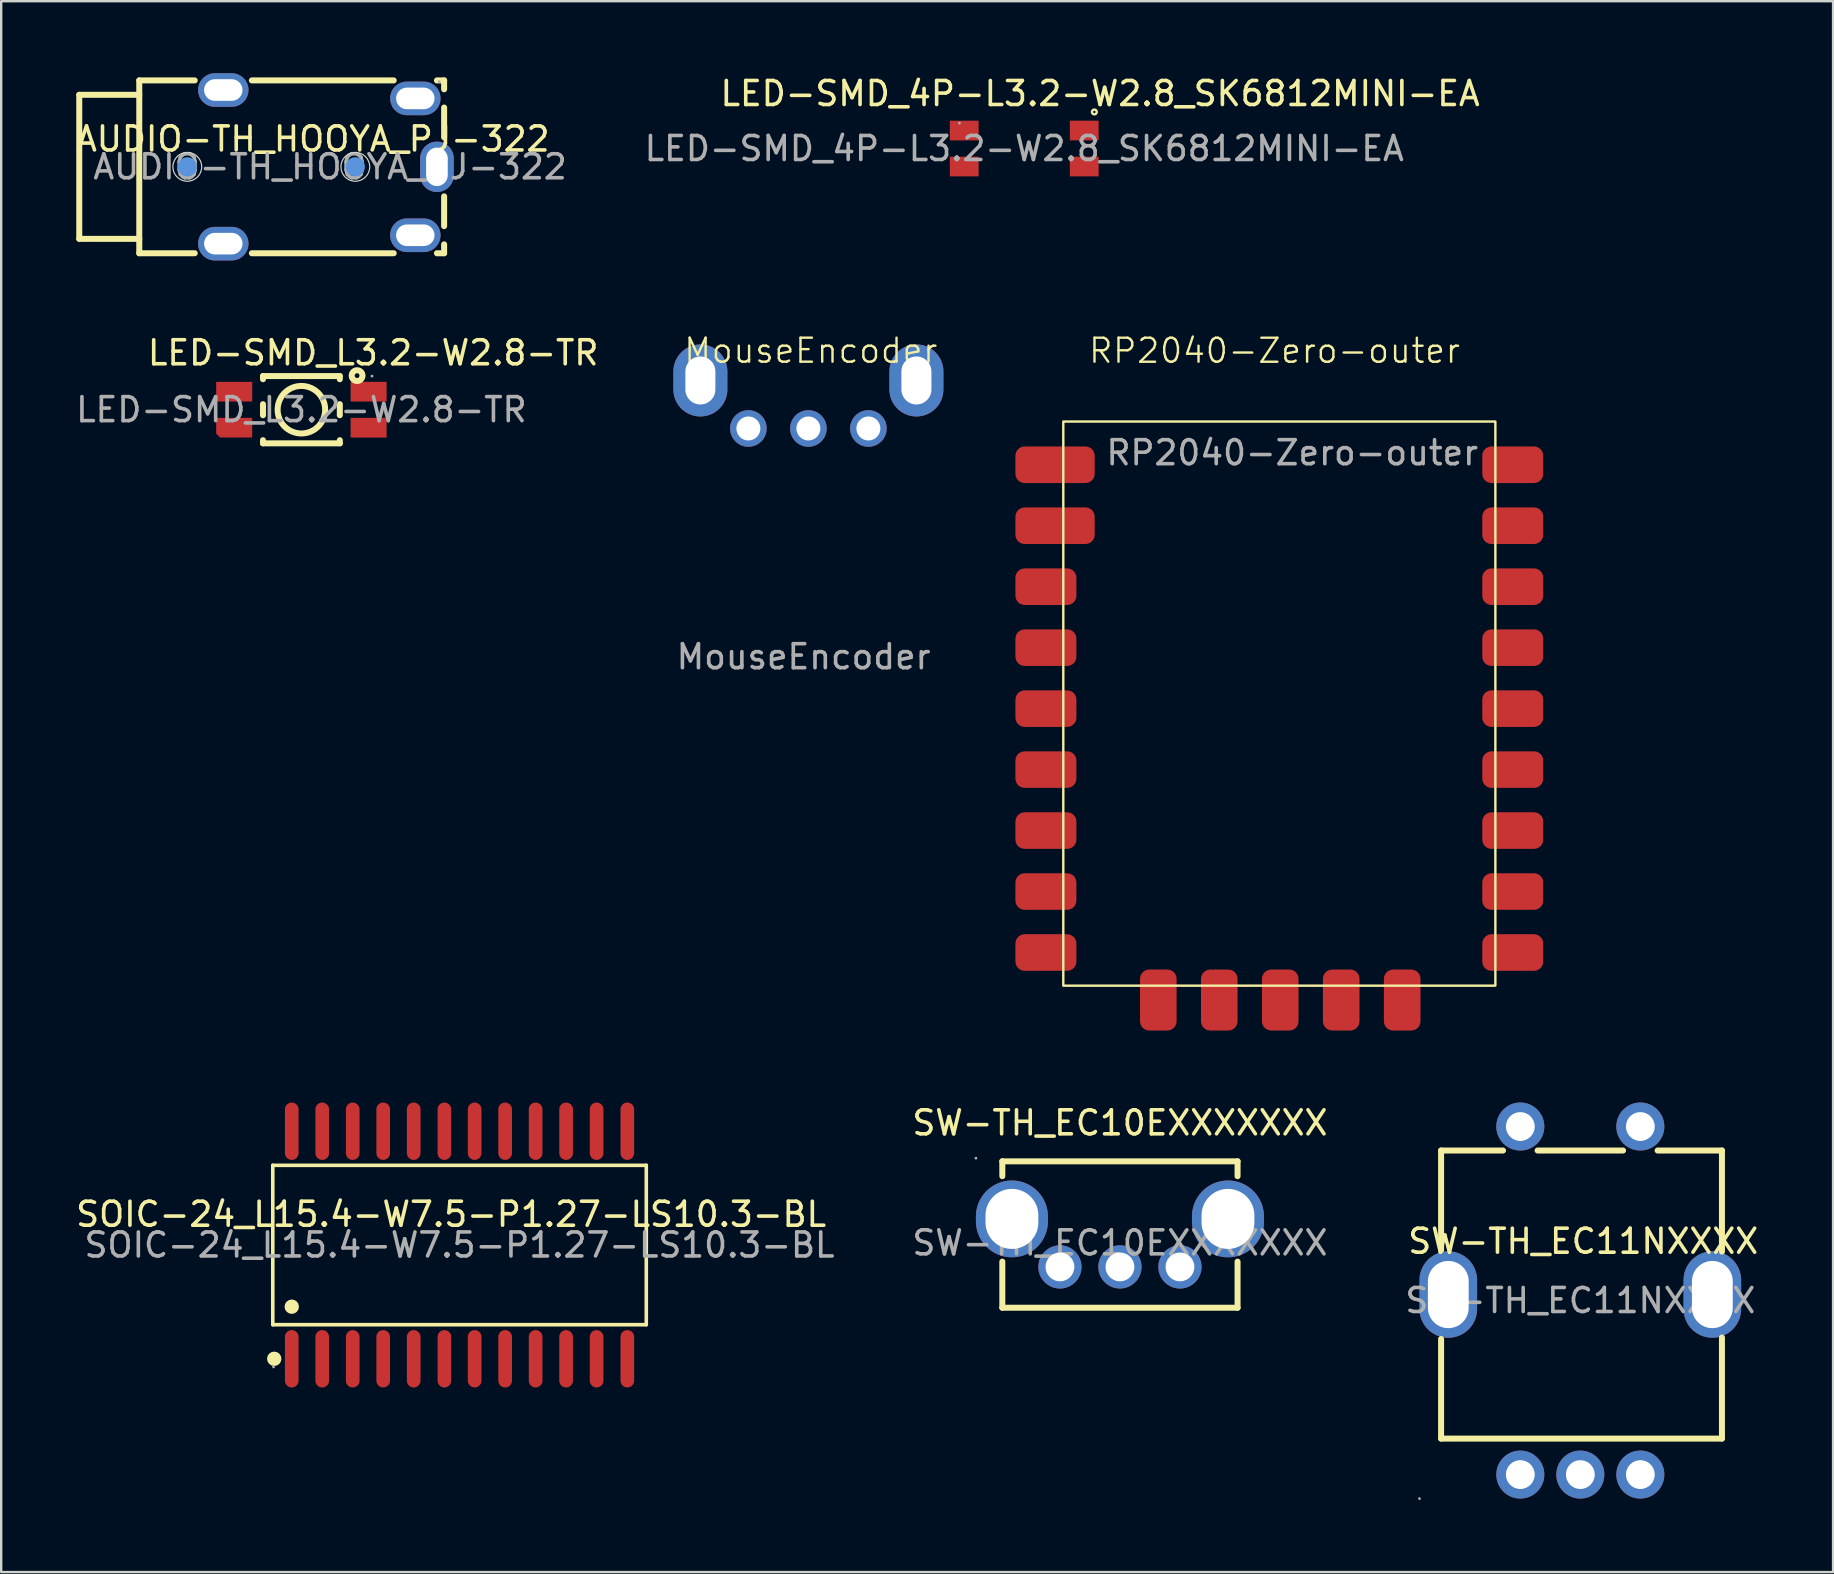
<source format=kicad_pcb>
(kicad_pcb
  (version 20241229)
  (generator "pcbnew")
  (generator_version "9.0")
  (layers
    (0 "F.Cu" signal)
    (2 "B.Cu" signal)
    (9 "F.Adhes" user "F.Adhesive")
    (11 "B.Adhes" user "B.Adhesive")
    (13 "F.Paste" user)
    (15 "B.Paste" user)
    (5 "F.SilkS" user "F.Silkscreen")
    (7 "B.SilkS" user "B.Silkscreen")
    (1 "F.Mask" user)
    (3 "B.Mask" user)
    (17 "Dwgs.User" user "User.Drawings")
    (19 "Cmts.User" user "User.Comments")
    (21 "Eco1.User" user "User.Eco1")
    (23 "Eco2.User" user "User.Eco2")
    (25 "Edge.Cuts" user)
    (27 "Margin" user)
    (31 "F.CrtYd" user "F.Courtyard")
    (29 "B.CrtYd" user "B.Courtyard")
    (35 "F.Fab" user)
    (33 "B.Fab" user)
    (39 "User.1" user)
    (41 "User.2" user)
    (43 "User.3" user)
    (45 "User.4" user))
  (footprint "SW-TH_EC11NXXXX"
    (layer "F.Cu")
    (at 62.885 50.88)
    (property "Reference" "SW-TH_EC11NXXXX" (at 0.02 -2.22 0) (layer "F.SilkS") (effects (font (size 1 1) (thickness 0.15))))
    (attr through_hole)
    (fp_line (start -5.9 -1.85) (end -5.9 -6) (stroke (width 0.25) (type solid)) (layer "F.SilkS"))
    (fp_line (start -5.9 6) (end -5.9 1.85) (stroke (width 0.25) (type solid)) (layer "F.SilkS"))
    (fp_line (start -5.9 6) (end 5.8 6) (stroke (width 0.25) (type solid)) (layer "F.SilkS"))
    (fp_line (start -3.32 -6) (end -5.9 -6) (stroke (width 0.25) (type solid)) (layer "F.SilkS"))
    (fp_line (start 1.68 -6) (end -1.88 -6) (stroke (width 0.25) (type solid)) (layer "F.SilkS"))
    (fp_line (start 5.8 -6) (end 3.12 -6) (stroke (width 0.25) (type solid)) (layer "F.SilkS"))
    (fp_line (start 5.8 -1.79) (end 5.8 -6) (stroke (width 0.25) (type solid)) (layer "F.SilkS"))
    (fp_line (start 5.8 6) (end 5.8 1.79) (stroke (width 0.25) (type solid)) (layer "F.SilkS"))
    (fp_circle (center -6.8 8.5) (end -6.77 8.5) (stroke (width 0.06) (type solid)) (fill no) (layer "F.Fab"))
    (fp_circle (center -2.6 -7) (end -2.35 -7) (stroke (width 0.5) (type solid)) (fill no) (layer "F.Fab"))
    (fp_circle (center -2.6 7.5) (end -2.35 7.5) (stroke (width 0.5) (type solid)) (fill no) (layer "F.Fab"))
    (fp_circle (center -0.1 7.5) (end 0.15 7.5) (stroke (width 0.5) (type solid)) (fill no) (layer "F.Fab"))
    (fp_circle (center 2.4 -7) (end 2.65 -7) (stroke (width 0.5) (type solid)) (fill no) (layer "F.Fab"))
    (fp_circle (center 2.4 7.5) (end 2.65 7.5) (stroke (width 0.5) (type solid)) (fill no) (layer "F.Fab"))
    (fp_text user "${REFERENCE}" (at -0.1 0.25 0) (layer "F.Fab") (effects (font (size 1 1) (thickness 0.15))))
    (pad "A" thru_hole circle (at -2.6 7.5) (size 2 2) (drill 1.2) (layers "*.Cu" "*.Mask"))
    (pad "B" thru_hole circle (at 2.4 7.5) (size 2 2) (drill 1.2) (layers "*.Cu" "*.Mask"))
    (pad "C" thru_hole circle (at -0.1 7.5) (size 2 2) (drill 1.2) (layers "*.Cu" "*.Mask"))
    (pad "D" thru_hole circle (at -2.6 -7) (size 2 2) (drill 1.2) (layers "*.Cu" "*.Mask"))
    (pad "E" thru_hole circle (at 2.4 -7) (size 2 2) (drill 1.2) (layers "*.Cu" "*.Mask"))
    (pad "EH" thru_hole oval (at -5.6 0) (size 2.4 3.6) (drill oval 1.7 2.8) (layers "*.Cu" "*.Mask"))
    (pad "EH" thru_hole oval (at 5.4 0) (size 2.4 3.6) (drill oval 1.7 2.8) (layers "*.Cu" "*.Mask")))
  (footprint "SOIC-24_L15.4-W7.5-P1.27-LS10.3-BL"
    (layer "F.Cu")
    (at 16.094 48.816)
    (property "Reference" "SOIC-24_L15.4-W7.5-P1.27-LS10.3-BL" (at -0.35 -1.28 0) (layer "F.SilkS") (effects (font (size 1 1) (thickness 0.15))))
    (attr smd)
    (fp_line (start -7.78 -3.32) (end 7.78 -3.32) (stroke (width 0.15) (type solid)) (layer "F.SilkS"))
    (fp_line (start -7.78 3.32) (end -7.78 -3.32) (stroke (width 0.15) (type solid)) (layer "F.SilkS"))
    (fp_line (start 7.78 -3.32) (end 7.78 3.32) (stroke (width 0.15) (type solid)) (layer "F.SilkS"))
    (fp_line (start 7.78 3.32) (end -7.78 3.32) (stroke (width 0.15) (type solid)) (layer "F.SilkS"))
    (fp_circle (center -7.72 4.74) (end -7.57 4.74) (stroke (width 0.3) (type solid)) (fill no) (layer "F.SilkS"))
    (fp_circle (center -6.99 2.57) (end -6.84 2.57) (stroke (width 0.3) (type solid)) (fill no) (layer "F.SilkS"))
    (fp_circle (center -7.75 5.08) (end -7.72 5.08) (stroke (width 0.06) (type solid)) (fill no) (layer "F.Fab"))
    (fp_text user "${REFERENCE}" (at 0 0 0) (layer "F.Fab") (effects (font (size 1 1) (thickness 0.15))))
    (pad "1" smd oval (at -6.99 4.74) (size 0.57 2.39) (layers "F.Cu" "F.Mask" "F.Paste"))
    (pad "2" smd oval (at -5.72 4.74) (size 0.57 2.39) (layers "F.Cu" "F.Mask" "F.Paste"))
    (pad "3" smd oval (at -4.45 4.74) (size 0.57 2.39) (layers "F.Cu" "F.Mask" "F.Paste"))
    (pad "4" smd oval (at -3.18 4.74) (size 0.57 2.39) (layers "F.Cu" "F.Mask" "F.Paste"))
    (pad "5" smd oval (at -1.91 4.74) (size 0.57 2.39) (layers "F.Cu" "F.Mask" "F.Paste"))
    (pad "6" smd oval (at -0.63 4.74) (size 0.57 2.39) (layers "F.Cu" "F.Mask" "F.Paste"))
    (pad "7" smd oval (at 0.63 4.74) (size 0.57 2.39) (layers "F.Cu" "F.Mask" "F.Paste"))
    (pad "8" smd oval (at 1.9 4.74) (size 0.57 2.39) (layers "F.Cu" "F.Mask" "F.Paste"))
    (pad "9" smd oval (at 3.17 4.74) (size 0.57 2.39) (layers "F.Cu" "F.Mask" "F.Paste"))
    (pad "10" smd oval (at 4.44 4.74) (size 0.57 2.39) (layers "F.Cu" "F.Mask" "F.Paste"))
    (pad "11" smd oval (at 5.71 4.74) (size 0.57 2.39) (layers "F.Cu" "F.Mask" "F.Paste"))
    (pad "12" smd oval (at 6.99 4.74) (size 0.57 2.39) (layers "F.Cu" "F.Mask" "F.Paste"))
    (pad "13" smd oval (at 6.99 -4.74) (size 0.57 2.39) (layers "F.Cu" "F.Mask" "F.Paste"))
    (pad "14" smd oval (at 5.71 -4.74) (size 0.57 2.39) (layers "F.Cu" "F.Mask" "F.Paste"))
    (pad "15" smd oval (at 4.44 -4.74) (size 0.57 2.39) (layers "F.Cu" "F.Mask" "F.Paste"))
    (pad "16" smd oval (at 3.17 -4.74) (size 0.57 2.39) (layers "F.Cu" "F.Mask" "F.Paste"))
    (pad "17" smd oval (at 1.9 -4.74) (size 0.57 2.39) (layers "F.Cu" "F.Mask" "F.Paste"))
    (pad "18" smd oval (at 0.63 -4.74) (size 0.57 2.39) (layers "F.Cu" "F.Mask" "F.Paste"))
    (pad "19" smd oval (at -0.63 -4.74) (size 0.57 2.39) (layers "F.Cu" "F.Mask" "F.Paste"))
    (pad "20" smd oval (at -1.91 -4.74) (size 0.57 2.39) (layers "F.Cu" "F.Mask" "F.Paste"))
    (pad "21" smd oval (at -3.18 -4.74) (size 0.57 2.39) (layers "F.Cu" "F.Mask" "F.Paste"))
    (pad "22" smd oval (at -4.45 -4.74) (size 0.57 2.39) (layers "F.Cu" "F.Mask" "F.Paste"))
    (pad "23" smd oval (at -5.72 -4.74) (size 0.57 2.39) (layers "F.Cu" "F.Mask" "F.Paste"))
    (pad "24" smd oval (at -6.99 -4.74) (size 0.57 2.39) (layers "F.Cu" "F.Mask" "F.Paste")))
  (footprint "SW-TH_EC10EXXXXXXX"
    (layer "F.Cu")
    (at 43.606 48.729)
    (property "Reference" "SW-TH_EC10EXXXXXXX" (at 0 -5 0) (layer "F.SilkS") (effects (font (size 1 1) (thickness 0.15))))
    (attr through_hole)
    (fp_line (start -4.9 -3.4) (end -4.9 -2.78) (stroke (width 0.25) (type solid)) (layer "F.SilkS"))
    (fp_line (start -4.9 0.78) (end -4.9 2.7) (stroke (width 0.25) (type solid)) (layer "F.SilkS"))
    (fp_line (start -4.9 2.7) (end 4.9 2.7) (stroke (width 0.25) (type solid)) (layer "F.SilkS"))
    (fp_line (start 4.9 -3.4) (end -4.9 -3.4) (stroke (width 0.25) (type solid)) (layer "F.SilkS"))
    (fp_line (start 4.9 -3.4) (end 4.9 -2.78) (stroke (width 0.25) (type solid)) (layer "F.SilkS"))
    (fp_line (start 4.9 0.78) (end 4.9 2.7) (stroke (width 0.25) (type solid)) (layer "F.SilkS"))
    (fp_circle (center -6 -3.53) (end -5.97 -3.53) (stroke (width 0.06) (type solid)) (fill no) (layer "F.Fab"))
    (fp_circle (center -2.5 1) (end -2.25 1) (stroke (width 0.5) (type solid)) (fill no) (layer "F.Fab"))
    (fp_circle (center 0 1) (end 0.25 1) (stroke (width 0.5) (type solid)) (fill no) (layer "F.Fab"))
    (fp_circle (center 2.5 1) (end 2.75 1) (stroke (width 0.5) (type solid)) (fill no) (layer "F.Fab"))
    (fp_text user "${REFERENCE}" (at 0 0 0) (layer "F.Fab") (effects (font (size 1 1) (thickness 0.15))))
    (pad "4" thru_hole oval (at -4.5 -1 90) (size 3.2 3) (drill oval 2.5 2.2) (layers "*.Cu" "*.Mask"))
    (pad "5" thru_hole oval (at 4.5 -1 90) (size 3.2 3) (drill oval 2.5 2.2) (layers "*.Cu" "*.Mask"))
    (pad "A" thru_hole circle (at -2.5 1) (size 1.8 1.8) (drill 1.2) (layers "*.Cu" "*.Mask"))
    (pad "B" thru_hole circle (at 0 1) (size 1.8 1.8) (drill 1.2) (layers "*.Cu" "*.Mask"))
    (pad "C" thru_hole circle (at 2.5 1) (size 1.8 1.8) (drill 1.2) (layers "*.Cu" "*.Mask")))
  (footprint "LED-SMD_4P-L3.2-W2.8_SK6812MINI-EA"
    (layer "F.Cu")
    (at 39.619 3.138)
    (property "Reference" "LED-SMD_4P-L3.2-W2.8_SK6812MINI-EA" (at 3.16 -2.29 0) (layer "F.SilkS") (effects (font (size 1 1) (thickness 0.15))))
    (attr smd)
    (fp_circle (center 2.921 -1.524) (end 3.021 -1.524) (stroke (width 0.1) (type default)) (fill no) (layer "F.SilkS"))
    (fp_circle (center -2.7 -1.06) (end -2.67 -1.06) (stroke (width 0.06) (type solid)) (fill no) (layer "F.Fab"))
    (fp_text user "${REFERENCE}" (at 0 0 0) (layer "F.Fab") (effects (font (size 1 1) (thickness 0.15))))
    (pad "1" smd rect (at -2.5 0.75 90) (size 0.82 1.2) (layers "F.Cu" "F.Mask" "F.Paste"))
    (pad "2" smd rect (at -2.5 -0.75 90) (size 0.82 1.2) (layers "F.Cu" "F.Mask" "F.Paste"))
    (pad "3" smd rect (at 2.5 -0.75 90) (size 0.82 1.2) (layers "F.Cu" "F.Mask" "F.Paste"))
    (pad "4" smd rect (at 2.5 0.75 90) (size 0.82 1.2) (layers "F.Cu" "F.Mask" "F.Paste")))
  (footprint "AUDIO-TH_HOOYA_PJ-322"
    (layer "F.Cu")
    (at 10.702 3.9)
    (property "Reference" "AUDIO-TH_HOOYA_PJ-322" (at -0.72 -1.16 0) (layer "F.SilkS") (effects (font (size 1 1) (thickness 0.15))))
    (attr through_hole)
    (fp_line (start -10.45 -3) (end -10.45 3) (stroke (width 0.25) (type solid)) (layer "F.SilkS"))
    (fp_line (start -7.95 -3.6) (end -7.95 3.6) (stroke (width 0.25) (type solid)) (layer "F.SilkS"))
    (fp_line (start -7.95 -3.6) (end -5.64 -3.6) (stroke (width 0.25) (type solid)) (layer "F.SilkS"))
    (fp_line (start -7.95 -3) (end -10.45 -3) (stroke (width 0.25) (type solid)) (layer "F.SilkS"))
    (fp_line (start -7.95 3) (end -10.45 3) (stroke (width 0.25) (type solid)) (layer "F.SilkS"))
    (fp_line (start -7.95 3.6) (end -5.64 3.6) (stroke (width 0.25) (type solid)) (layer "F.SilkS"))
    (fp_line (start -3.26 -3.6) (end 2.65 -3.6) (stroke (width 0.25) (type solid)) (layer "F.SilkS"))
    (fp_line (start -3.26 3.6) (end 2.65 3.6) (stroke (width 0.25) (type solid)) (layer "F.SilkS"))
    (fp_line (start 4.45 -3.6) (end 4.75 -3.6) (stroke (width 0.25) (type solid)) (layer "F.SilkS"))
    (fp_line (start 4.45 3.6) (end 4.75 3.6) (stroke (width 0.25) (type solid)) (layer "F.SilkS"))
    (fp_line (start 4.75 -3.6) (end 4.75 -3.23) (stroke (width 0.25) (type solid)) (layer "F.SilkS"))
    (fp_line (start 4.75 -2.47) (end 4.75 -1.23) (stroke (width 0.25) (type solid)) (layer "F.SilkS"))
    (fp_line (start 4.75 1.23) (end 4.75 2.47) (stroke (width 0.25) (type solid)) (layer "F.SilkS"))
    (fp_line (start 4.75 3.23) (end 4.75 3.6) (stroke (width 0.25) (type solid)) (layer "F.SilkS"))
    (fp_circle (center -5.95 0) (end -5.75 0) (stroke (width 0.4) (type solid)) (fill no) (layer "Cmts.User"))
    (fp_circle (center 1.05 0) (end 1.25 0) (stroke (width 0.4) (type solid)) (fill no) (layer "Cmts.User"))
    (fp_circle (center -5.95 0) (end -5.35 0) (stroke (width 0.05) (type default)) (fill no) (layer "Edge.Cuts"))
    (fp_circle (center 1.05 0) (end 1.65 0) (stroke (width 0.05) (type default)) (fill no) (layer "Edge.Cuts"))
    (fp_circle (center 4.55 -3.55) (end 4.58 -3.55) (stroke (width 0.06) (type solid)) (fill no) (layer "F.Fab"))
    (fp_text user "${REFERENCE}" (at 0 0 0) (layer "F.Fab") (effects (font (size 1 1) (thickness 0.15))))
    (pad "1" thru_hole oval (at 4.45 0) (size 1.4 2.1) (drill oval 0.9 1.6) (layers "*.Cu" "*.Mask"))
    (pad "2" thru_hole oval (at 3.55 -2.85 90) (size 1.4 2.1) (drill oval 0.9 1.6) (layers "*.Cu" "*.Mask"))
    (pad "3" thru_hole oval (at -4.45 -3.2 270) (size 1.4 2.1) (drill oval 0.9 1.6) (layers "*.Cu" "*.Mask"))
    (pad "3" thru_hole oval (at -4.45 3.2 270) (size 1.4 2.1) (drill oval 0.9 1.6) (layers "*.Cu" "*.Mask"))
    (pad "4" thru_hole oval (at 3.55 2.85 270) (size 1.4 2.1) (drill oval 0.9 1.6) (layers "*.Cu" "*.Mask")))
  (footprint "MouseEncoder"
    (layer "F.Cu")
    (at 30.627 12.8)
    (property "Reference" "MouseEncoder" (at 0.1 -1.24 0) (unlocked yes) (layer "F.SilkS") (effects (font (size 1 1) (thickness 0.1))))
    (attr through_hole)
    (fp_text user "${REFERENCE}" (at -0.2 11.51 0) (unlocked yes) (layer "F.Fab") (effects (font (size 1 1) (thickness 0.15))))
    (pad "1" thru_hole circle (at -2.5 2) (size 1.524 1.524) (drill 1) (layers "*.Cu" "*.Mask"))
    (pad "2" thru_hole circle (at 0 2) (size 1.524 1.524) (drill 1) (layers "*.Cu" "*.Mask"))
    (pad "3" thru_hole circle (at 2.5 2) (size 1.524 1.524) (drill 1) (layers "*.Cu" "*.Mask"))
    (pad "4" thru_hole oval (at -4.5 0) (size 2.25 3) (drill oval 1.25 2) (layers "*.Cu" "*.Mask"))
    (pad "4" thru_hole oval (at 4.5 0) (size 2.25 3) (drill oval 1.25 2) (layers "*.Cu" "*.Mask")))
  (footprint "RP2040-Zero-outer"
    (layer "F.Cu")
    (at 50.246 26.261)
    (property "Reference" "RP2040-Zero-outer" (at -0.2 -14.7 0) (unlocked yes) (layer "F.SilkS") (effects (font (size 1 1) (thickness 0.1))))
    (attr smd)
    (fp_rect (start 9 11.75) (end -9 -11.75) (stroke (width 0.1) (type default)) (fill no) (layer "F.SilkS"))
    (fp_text user "${REFERENCE}" (at 0.538 -10.45 0) (unlocked yes) (layer "F.Fab") (effects (font (size 1 1) (thickness 0.15))))
    (pad "1" smd roundrect (at 9.724 -9.95 180) (size 2.54 1.524) (layers "F.Cu" "F.Mask" "F.Paste") (roundrect_rratio 0.25))
    (pad "2" smd roundrect (at 9.724 -7.41 180) (size 2.54 1.524) (layers "F.Cu" "F.Mask" "F.Paste") (roundrect_rratio 0.25))
    (pad "3" smd roundrect (at 9.724 -4.87 180) (size 2.54 1.524) (layers "F.Cu" "F.Mask" "F.Paste") (roundrect_rratio 0.25))
    (pad "4" smd roundrect (at 9.724 -2.33 180) (size 2.54 1.524) (layers "F.Cu" "F.Mask" "F.Paste") (roundrect_rratio 0.25))
    (pad "5" smd roundrect (at 9.724 0.21 180) (size 2.54 1.524) (layers "F.Cu" "F.Mask" "F.Paste") (roundrect_rratio 0.25))
    (pad "6" smd roundrect (at 9.724 2.75 180) (size 2.54 1.524) (layers "F.Cu" "F.Mask" "F.Paste") (roundrect_rratio 0.25))
    (pad "7" smd roundrect (at 9.724 5.29 180) (size 2.54 1.524) (layers "F.Cu" "F.Mask" "F.Paste") (roundrect_rratio 0.25))
    (pad "8" smd roundrect (at 9.724 7.83 180) (size 2.54 1.524) (layers "F.Cu" "F.Mask" "F.Paste") (roundrect_rratio 0.25))
    (pad "9" smd roundrect (at 9.724 10.37 180) (size 2.54 1.524) (layers "F.Cu" "F.Mask" "F.Paste") (roundrect_rratio 0.25))
    (pad "10" smd roundrect (at 5.118 12.35 270) (size 2.54 1.524) (layers "F.Cu" "F.Mask" "F.Paste") (roundrect_rratio 0.25))
    (pad "11" smd roundrect (at 2.578 12.35 270) (size 2.54 1.524) (layers "F.Cu" "F.Mask" "F.Paste") (roundrect_rratio 0.25))
    (pad "12" smd roundrect (at 0.038 12.35 270) (size 2.54 1.524) (layers "F.Cu" "F.Mask" "F.Paste") (roundrect_rratio 0.25))
    (pad "13" smd roundrect (at -2.502 12.35 270) (size 2.54 1.524) (layers "F.Cu" "F.Mask" "F.Paste") (roundrect_rratio 0.25))
    (pad "14" smd roundrect (at -5.042 12.35 270) (size 2.54 1.524) (layers "F.Cu" "F.Mask" "F.Paste") (roundrect_rratio 0.25))
    (pad "15" smd roundrect (at -9.724 10.37 180) (size 2.54 1.524) (layers "F.Cu" "F.Mask" "F.Paste") (roundrect_rratio 0.25))
    (pad "16" smd roundrect (at -9.724 7.83 180) (size 2.54 1.524) (layers "F.Cu" "F.Mask" "F.Paste") (roundrect_rratio 0.25))
    (pad "17" smd roundrect (at -9.724 5.29 180) (size 2.54 1.524) (layers "F.Cu" "F.Mask" "F.Paste") (roundrect_rratio 0.25))
    (pad "18" smd roundrect (at -9.724 2.75 180) (size 2.54 1.524) (layers "F.Cu" "F.Mask" "F.Paste") (roundrect_rratio 0.25))
    (pad "19" smd roundrect (at -9.724 0.21 180) (size 2.54 1.524) (layers "F.Cu" "F.Mask" "F.Paste") (roundrect_rratio 0.25))
    (pad "20" smd roundrect (at -9.724 -2.33 180) (size 2.54 1.524) (layers "F.Cu" "F.Mask" "F.Paste") (roundrect_rratio 0.25))
    (pad "21" smd roundrect (at -9.724 -4.87 180) (size 2.54 1.524) (layers "F.Cu" "F.Mask" "F.Paste") (roundrect_rratio 0.25))
    (pad "22" smd roundrect (at -9.343 -7.41 180) (size 3.302 1.524) (layers "F.Cu" "F.Mask" "F.Paste") (roundrect_rratio 0.25))
    (pad "23" smd roundrect (at -9.343 -9.95 180) (size 3.302 1.524) (layers "F.Cu" "F.Mask" "F.Paste") (roundrect_rratio 0.25)))
  (footprint "LED-SMD_L3.2-W2.8-TR"
    (layer "F.Cu")
    (at 9.506 14.018)
    (property "Reference" "LED-SMD_L3.2-W2.8-TR" (at 2.99 -2.37 0) (layer "F.SilkS") (effects (font (size 1 1) (thickness 0.15))))
    (attr smd)
    (fp_line (start -1.6 -1.4) (end -1.6 -1.27) (stroke (width 0.25) (type solid)) (layer "F.SilkS"))
    (fp_line (start -1.6 -1.4) (end 1.6 -1.4) (stroke (width 0.25) (type solid)) (layer "F.SilkS"))
    (fp_line (start -1.6 -0.23) (end -1.6 0.23) (stroke (width 0.25) (type solid)) (layer "F.SilkS"))
    (fp_line (start -1.6 1.27) (end -1.6 1.4) (stroke (width 0.25) (type solid)) (layer "F.SilkS"))
    (fp_line (start -1.6 1.4) (end 1.6 1.4) (stroke (width 0.25) (type solid)) (layer "F.SilkS"))
    (fp_line (start 1.6 -1.4) (end 1.6 -1.27) (stroke (width 0.25) (type solid)) (layer "F.SilkS"))
    (fp_line (start 1.6 -0.23) (end 1.6 0.23) (stroke (width 0.25) (type solid)) (layer "F.SilkS"))
    (fp_line (start 1.6 1.27) (end 1.6 1.4) (stroke (width 0.25) (type solid)) (layer "F.SilkS"))
    (fp_circle (center 0 0) (end 0.99 0) (stroke (width 0.25) (type solid)) (fill no) (layer "F.SilkS"))
    (fp_circle (center 2.32 -1.42) (end 2.42 -1.42) (stroke (width 0.25) (type solid)) (fill no) (layer "F.SilkS"))
    (fp_circle (center 2.94 -1.4) (end 2.97 -1.4) (stroke (width 0.06) (type solid)) (fill no) (layer "F.Fab"))
    (fp_rect (start -4.5 -2.5) (end 4.5 2.4) (stroke (width 0.2) (type default)) (fill no) (layer "User.2"))
    (fp_text user "${REFERENCE}" (at 0 0 0) (layer "F.Fab") (effects (font (size 1 1) (thickness 0.15))))
    (pad "1" smd rect (at 2.8 -0.75 90) (size 0.82 1.5) (layers "F.Cu" "F.Mask" "F.Paste"))
    (pad "2" smd rect (at 2.8 0.75 90) (size 0.82 1.5) (layers "F.Cu" "F.Mask" "F.Paste"))
    (pad "3" smd roundrect (at -2.8 0.75 90) (size 0.82 1.5) (layers "F.Cu" "F.Mask" "F.Paste") (roundrect_rratio 0) (chamfer_ratio 0.2) (chamfer top_left))
    (pad "4" smd rect (at -2.8 -0.75 90) (size 0.82 1.5) (layers "F.Cu" "F.Mask" "F.Paste")))
  (gr_rect
    (start -3 -3)
    (end 73.315 62.441)
    (stroke (width 0.1) (type default))
    (fill no)
    (layer "Edge.Cuts")))
</source>
